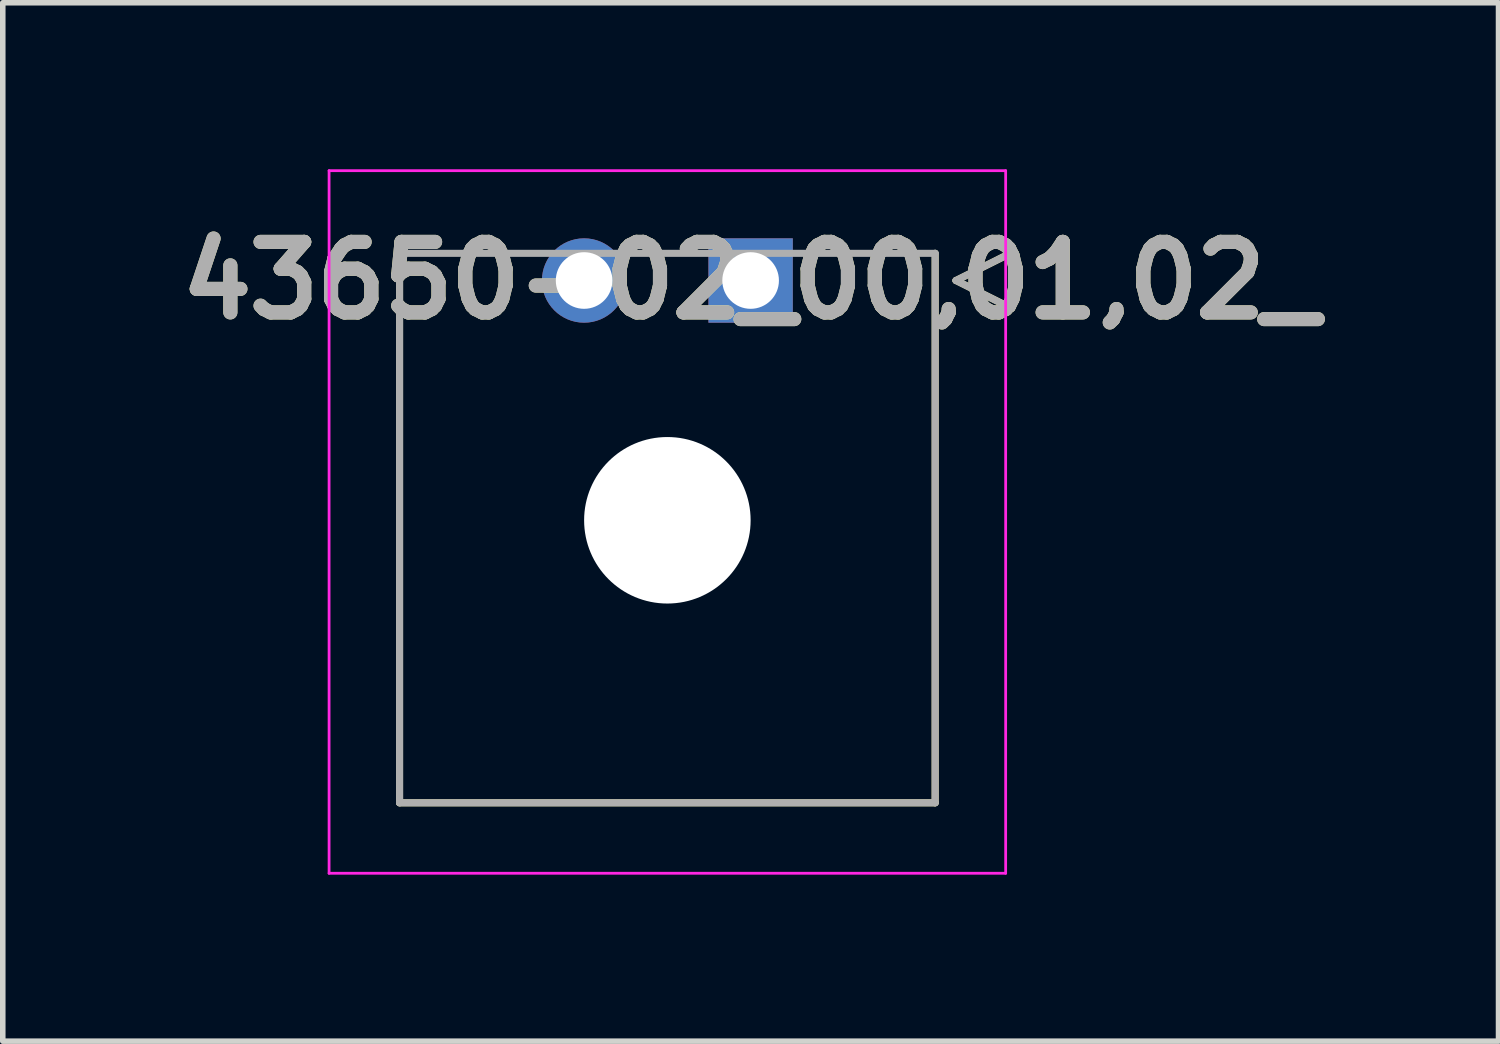
<source format=kicad_pcb>
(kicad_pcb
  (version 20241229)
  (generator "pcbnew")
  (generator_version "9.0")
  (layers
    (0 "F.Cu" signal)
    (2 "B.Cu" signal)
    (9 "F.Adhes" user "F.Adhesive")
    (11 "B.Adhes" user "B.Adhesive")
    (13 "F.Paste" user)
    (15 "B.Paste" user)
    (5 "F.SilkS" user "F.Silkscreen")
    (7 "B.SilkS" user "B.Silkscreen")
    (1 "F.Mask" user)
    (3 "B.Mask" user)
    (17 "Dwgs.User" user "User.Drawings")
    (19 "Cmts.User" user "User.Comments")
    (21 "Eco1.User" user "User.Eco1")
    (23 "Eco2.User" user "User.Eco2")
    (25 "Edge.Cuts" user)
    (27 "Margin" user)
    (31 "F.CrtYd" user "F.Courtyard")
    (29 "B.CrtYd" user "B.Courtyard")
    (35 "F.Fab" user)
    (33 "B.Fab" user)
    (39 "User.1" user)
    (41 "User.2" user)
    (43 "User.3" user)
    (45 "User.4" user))
  (footprint "43650-02_00,01,02_"
    (layer "F.Cu")
    (at 10.474 2.004)
    (property "Reference" "43650-02_00,01,02_" (at 0 0 0) (layer "F.SilkS") (effects (font (size 1.27 1.27) (thickness 0.254))))
    (attr through_hole)
    (fp_line (start -6.325 9.41) (end -6.325 -0.49) (stroke (width 0.127) (type solid)) (layer "F.SilkS"))
    (fp_line (start 3.325 -0.49) (end 3.325 9.41) (stroke (width 0.127) (type solid)) (layer "F.SilkS"))
    (fp_line (start 3.325 9.41) (end -6.325 9.41) (stroke (width 0.127) (type solid)) (layer "F.SilkS"))
    (fp_line (start 3.7 0) (end 4.7 -0.5) (stroke (width 0.127) (type solid)) (layer "F.SilkS"))
    (fp_line (start 4.7 -0.5) (end 4.7 0.5) (stroke (width 0.127) (type solid)) (layer "F.SilkS"))
    (fp_line (start 4.7 0.5) (end 3.7 0) (stroke (width 0.127) (type solid)) (layer "F.SilkS"))
    (fp_line (start -7.595 -1.979) (end 4.595 -1.979) (stroke (width 0.05) (type solid)) (layer "F.CrtYd"))
    (fp_line (start -7.595 10.68) (end -7.595 -1.979) (stroke (width 0.05) (type solid)) (layer "F.CrtYd"))
    (fp_line (start 4.595 -1.979) (end 4.595 10.68) (stroke (width 0.05) (type solid)) (layer "F.CrtYd"))
    (fp_line (start 4.595 10.68) (end -7.595 10.68) (stroke (width 0.05) (type solid)) (layer "F.CrtYd"))
    (fp_line (start -6.325 -0.49) (end 3.325 -0.49) (stroke (width 0.127) (type solid)) (layer "F.Fab"))
    (fp_line (start -6.325 9.41) (end -6.325 -0.49) (stroke (width 0.127) (type solid)) (layer "F.Fab"))
    (fp_line (start 3.325 -0.49) (end 3.325 9.41) (stroke (width 0.127) (type solid)) (layer "F.Fab"))
    (fp_line (start 3.325 9.41) (end -6.325 9.41) (stroke (width 0.127) (type solid)) (layer "F.Fab"))
    (fp_line (start 3.7 0) (end 4.7 -0.5) (stroke (width 0.127) (type solid)) (layer "F.Fab"))
    (fp_line (start 4.7 -0.5) (end 4.7 0.5) (stroke (width 0.127) (type solid)) (layer "F.Fab"))
    (fp_line (start 4.7 0.5) (end 3.7 0) (stroke (width 0.127) (type solid)) (layer "F.Fab"))
    (fp_text user "${REFERENCE}" (at 0 0 0) (layer "F.Fab") (effects (font (size 1.27 1.27) (thickness 0.254))))
    (pad "" np_thru_hole circle (at -1.5 4.32) (size 3 3) (drill 3) (layers "*.Cu" "*.Mask"))
    (pad "1" thru_hole rect (at 0 0) (size 1.52 1.52) (drill 1.02) (layers "*.Cu" "*.Mask"))
    (pad "2" thru_hole circle (at -3 0) (size 1.52 1.52) (drill 1.02) (layers "*.Cu" "*.Mask")))
  (gr_rect
    (start -3 -3)
    (end 23.949 15.709)
    (stroke (width 0.1) (type default))
    (fill no)
    (layer "Edge.Cuts")))
</source>
